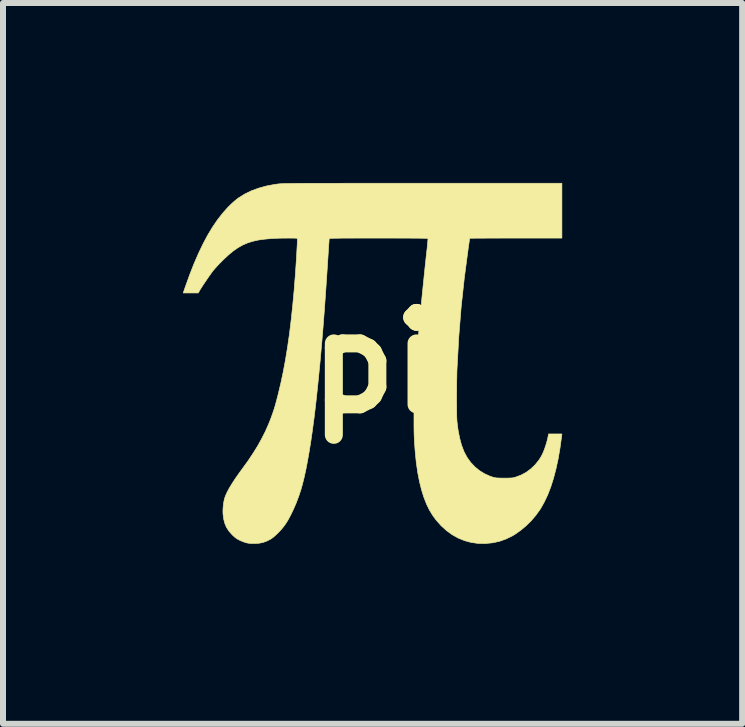
<source format=kicad_pcb>
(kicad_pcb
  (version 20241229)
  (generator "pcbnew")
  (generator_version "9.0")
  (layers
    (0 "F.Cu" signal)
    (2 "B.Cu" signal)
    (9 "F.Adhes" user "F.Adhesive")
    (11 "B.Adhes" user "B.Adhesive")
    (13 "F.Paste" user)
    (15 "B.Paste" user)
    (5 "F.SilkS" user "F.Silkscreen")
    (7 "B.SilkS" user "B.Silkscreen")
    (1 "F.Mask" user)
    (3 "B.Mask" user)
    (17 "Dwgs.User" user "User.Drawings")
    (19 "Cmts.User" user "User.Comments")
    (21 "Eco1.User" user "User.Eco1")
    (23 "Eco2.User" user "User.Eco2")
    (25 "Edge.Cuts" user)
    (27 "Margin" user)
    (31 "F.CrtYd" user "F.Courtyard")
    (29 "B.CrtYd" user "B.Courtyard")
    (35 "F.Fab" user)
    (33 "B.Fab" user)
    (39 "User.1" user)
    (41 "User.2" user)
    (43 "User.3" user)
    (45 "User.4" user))
  (footprint "pi"
    (layer "F.Cu")
    (at 3.205 3.002)
    (property "Reference" "pi" (at 0 0 0) (layer "F.SilkS") (effects (font (size 1.524 1.524) (thickness 0.3))))
    (attr through_hole)
    (fp_poly (pts (xy 3.113 -2.083) (xy 2.344 -2.083) (xy 2.24 -2.083) (xy 2.14 -2.083) (xy 2.045 -2.082) (xy 1.956 -2.082) (xy 1.874 -2.082) (xy 1.799 -2.081) (xy 1.734 -2.081) (xy 1.679 -2.081) (xy 1.634 -2.08) (xy 1.602 -2.08) (xy 1.581 -2.079) (xy 1.575 -2.078) (xy 1.574 -2.07) (xy 1.571 -2.05) (xy 1.567 -2.019) (xy 1.561 -1.98) (xy 1.554 -1.935) (xy 1.55 -1.902) (xy 1.486 -1.418) (xy 1.433 -0.929) (xy 1.394 -0.439) (xy 1.367 0.05) (xy 1.364 0.105) (xy 1.362 0.166) (xy 1.361 0.234) (xy 1.359 0.308) (xy 1.358 0.387) (xy 1.358 0.467) (xy 1.357 0.548) (xy 1.357 0.627) (xy 1.358 0.703) (xy 1.358 0.774) (xy 1.359 0.838) (xy 1.36 0.894) (xy 1.362 0.939) (xy 1.364 0.971) (xy 1.364 0.976) (xy 1.382 1.118) (xy 1.407 1.247) (xy 1.438 1.364) (xy 1.477 1.468) (xy 1.485 1.486) (xy 1.533 1.575) (xy 1.592 1.657) (xy 1.662 1.731) (xy 1.74 1.795) (xy 1.825 1.847) (xy 1.916 1.888) (xy 1.949 1.899) (xy 1.973 1.906) (xy 1.994 1.911) (xy 2.015 1.915) (xy 2.039 1.917) (xy 2.069 1.918) (xy 2.108 1.919) (xy 2.148 1.919) (xy 2.198 1.919) (xy 2.236 1.918) (xy 2.265 1.917) (xy 2.289 1.915) (xy 2.31 1.911) (xy 2.332 1.905) (xy 2.34 1.903) (xy 2.431 1.869) (xy 2.517 1.823) (xy 2.596 1.764) (xy 2.668 1.695) (xy 2.731 1.617) (xy 2.771 1.553) (xy 2.796 1.502) (xy 2.821 1.441) (xy 2.844 1.374) (xy 2.864 1.307) (xy 2.879 1.244) (xy 2.885 1.214) (xy 2.89 1.183) (xy 3.113 1.183) (xy 3.109 1.217) (xy 3.082 1.414) (xy 3.051 1.596) (xy 3.014 1.766) (xy 2.973 1.923) (xy 2.927 2.067) (xy 2.876 2.199) (xy 2.819 2.319) (xy 2.758 2.428) (xy 2.746 2.446) (xy 2.679 2.539) (xy 2.602 2.629) (xy 2.516 2.714) (xy 2.425 2.79) (xy 2.331 2.856) (xy 2.29 2.881) (xy 2.184 2.933) (xy 2.075 2.972) (xy 1.962 2.997) (xy 1.844 3.009) (xy 1.836 3.01) (xy 1.717 3.008) (xy 1.602 2.992) (xy 1.491 2.962) (xy 1.385 2.919) (xy 1.283 2.862) (xy 1.188 2.793) (xy 1.098 2.711) (xy 1.014 2.616) (xy 0.96 2.542) (xy 0.905 2.453) (xy 0.856 2.352) (xy 0.812 2.24) (xy 0.773 2.115) (xy 0.739 1.979) (xy 0.71 1.829) (xy 0.686 1.667) (xy 0.668 1.492) (xy 0.654 1.303) (xy 0.653 1.278) (xy 0.65 1.213) (xy 0.648 1.136) (xy 0.647 1.049) (xy 0.647 0.955) (xy 0.647 0.855) (xy 0.648 0.752) (xy 0.65 0.649) (xy 0.653 0.547) (xy 0.656 0.448) (xy 0.66 0.356) (xy 0.665 0.272) (xy 0.667 0.233) (xy 0.681 0.039) (xy 0.697 -0.168) (xy 0.715 -0.386) (xy 0.735 -0.614) (xy 0.757 -0.85) (xy 0.78 -1.093) (xy 0.805 -1.342) (xy 0.831 -1.594) (xy 0.855 -1.818) (xy 0.862 -1.877) (xy 0.868 -1.932) (xy 0.872 -1.98) (xy 0.876 -2.02) (xy 0.879 -2.051) (xy 0.88 -2.071) (xy 0.88 -2.077) (xy 0.873 -2.078) (xy 0.852 -2.079) (xy 0.818 -2.079) (xy 0.772 -2.08) (xy 0.716 -2.081) (xy 0.65 -2.081) (xy 0.574 -2.082) (xy 0.491 -2.082) (xy 0.4 -2.082) (xy 0.304 -2.083) (xy 0.202 -2.083) (xy 0.095 -2.083) (xy 0.057 -2.083) (xy -0.074 -2.083) (xy -0.192 -2.083) (xy -0.296 -2.083) (xy -0.388 -2.082) (xy -0.468 -2.082) (xy -0.537 -2.082) (xy -0.595 -2.081) (xy -0.644 -2.08) (xy -0.683 -2.08) (xy -0.714 -2.079) (xy -0.737 -2.078) (xy -0.753 -2.077) (xy -0.762 -2.075) (xy -0.765 -2.074) (xy -0.765 -2.074) (xy -0.767 -2.064) (xy -0.769 -2.042) (xy -0.771 -2.01) (xy -0.774 -1.969) (xy -0.777 -1.922) (xy -0.78 -1.876) (xy -0.802 -1.536) (xy -0.824 -1.209) (xy -0.846 -0.896) (xy -0.869 -0.597) (xy -0.893 -0.311) (xy -0.917 -0.039) (xy -0.942 0.219) (xy -0.967 0.463) (xy -0.992 0.693) (xy -1.018 0.91) (xy -1.045 1.112) (xy -1.072 1.3) (xy -1.1 1.474) (xy -1.128 1.634) (xy -1.156 1.779) (xy -1.185 1.911) (xy -1.214 2.027) (xy -1.237 2.108) (xy -1.274 2.22) (xy -1.315 2.329) (xy -1.36 2.434) (xy -1.407 2.532) (xy -1.455 2.621) (xy -1.488 2.674) (xy -1.525 2.726) (xy -1.568 2.778) (xy -1.614 2.827) (xy -1.661 2.872) (xy -1.705 2.91) (xy -1.746 2.938) (xy -1.746 2.938) (xy -1.808 2.969) (xy -1.867 2.991) (xy -1.93 3.004) (xy -1.999 3.009) (xy -2.06 3.009) (xy -2.109 3.005) (xy -2.137 3) (xy -2.167 2.992) (xy -2.203 2.979) (xy -2.24 2.964) (xy -2.257 2.956) (xy -2.29 2.939) (xy -2.318 2.922) (xy -2.343 2.902) (xy -2.371 2.877) (xy -2.388 2.86) (xy -2.44 2.801) (xy -2.48 2.739) (xy -2.508 2.671) (xy -2.527 2.596) (xy -2.537 2.515) (xy -2.538 2.456) (xy -2.534 2.392) (xy -2.526 2.327) (xy -2.514 2.269) (xy -2.514 2.268) (xy -2.497 2.217) (xy -2.471 2.159) (xy -2.436 2.092) (xy -2.391 2.018) (xy -2.337 1.934) (xy -2.272 1.841) (xy -2.213 1.76) (xy -2.118 1.629) (xy -2.035 1.504) (xy -1.96 1.384) (xy -1.894 1.265) (xy -1.834 1.147) (xy -1.78 1.026) (xy -1.753 0.959) (xy -1.73 0.899) (xy -1.71 0.842) (xy -1.69 0.784) (xy -1.671 0.723) (xy -1.652 0.655) (xy -1.632 0.578) (xy -1.615 0.512) (xy -1.572 0.332) (xy -1.532 0.143) (xy -1.495 -0.055) (xy -1.461 -0.264) (xy -1.429 -0.485) (xy -1.401 -0.716) (xy -1.375 -0.96) (xy -1.351 -1.216) (xy -1.33 -1.485) (xy -1.311 -1.767) (xy -1.304 -1.901) (xy -1.301 -1.95) (xy -1.299 -1.993) (xy -1.298 -2.03) (xy -1.297 -2.057) (xy -1.297 -2.074) (xy -1.297 -2.077) (xy -1.305 -2.079) (xy -1.326 -2.081) (xy -1.357 -2.082) (xy -1.396 -2.082) (xy -1.441 -2.083) (xy -1.491 -2.082) (xy -1.543 -2.082) (xy -1.595 -2.081) (xy -1.645 -2.079) (xy -1.69 -2.077) (xy -1.724 -2.075) (xy -1.84 -2.065) (xy -1.944 -2.051) (xy -2.038 -2.03) (xy -2.125 -2.003) (xy -2.207 -1.968) (xy -2.285 -1.924) (xy -2.362 -1.871) (xy -2.44 -1.807) (xy -2.522 -1.731) (xy -2.541 -1.713) (xy -2.578 -1.675) (xy -2.615 -1.637) (xy -2.649 -1.6) (xy -2.679 -1.567) (xy -2.7 -1.541) (xy -2.703 -1.539) (xy -2.722 -1.513) (xy -2.747 -1.478) (xy -2.776 -1.437) (xy -2.807 -1.392) (xy -2.838 -1.346) (xy -2.868 -1.302) (xy -2.894 -1.261) (xy -2.916 -1.227) (xy -2.931 -1.201) (xy -2.932 -1.199) (xy -2.949 -1.168) (xy -3.2 -1.168) (xy -3.167 -1.265) (xy -3.095 -1.465) (xy -3.022 -1.652) (xy -2.947 -1.825) (xy -2.871 -1.984) (xy -2.793 -2.131) (xy -2.712 -2.265) (xy -2.63 -2.386) (xy -2.544 -2.496) (xy -2.457 -2.594) (xy -2.438 -2.613) (xy -2.401 -2.649) (xy -2.362 -2.685) (xy -2.323 -2.718) (xy -2.29 -2.744) (xy -2.279 -2.752) (xy -2.175 -2.817) (xy -2.062 -2.872) (xy -1.938 -2.917) (xy -1.806 -2.953) (xy -1.666 -2.979) (xy -1.608 -2.986) (xy -1.598 -2.987) (xy -1.584 -2.988) (xy -1.568 -2.989) (xy -1.547 -2.99) (xy -1.523 -2.991) (xy -1.494 -2.992) (xy -1.46 -2.992) (xy -1.42 -2.993) (xy -1.374 -2.993) (xy -1.322 -2.994) (xy -1.262 -2.994) (xy -1.196 -2.995) (xy -1.121 -2.995) (xy -1.038 -2.995) (xy -0.946 -2.996) (xy -0.845 -2.996) (xy -0.734 -2.996) (xy -0.612 -2.996) (xy -0.48 -2.997) (xy -0.337 -2.997) (xy -0.182 -2.997) (xy -0.015 -2.997) (xy 0.164 -2.997) (xy 0.357 -2.997) (xy 0.563 -2.997) (xy 0.784 -2.997) (xy 0.8 -2.997) (xy 3.113 -2.997) (xy 3.113 -2.083)) (stroke (width 0.01) (type solid)) (fill yes) (layer "F.SilkS")))
  (gr_rect
    (start -3 -3)
    (end 9.323 9.017)
    (stroke (width 0.1) (type default))
    (fill no)
    (layer "Edge.Cuts")))
</source>
